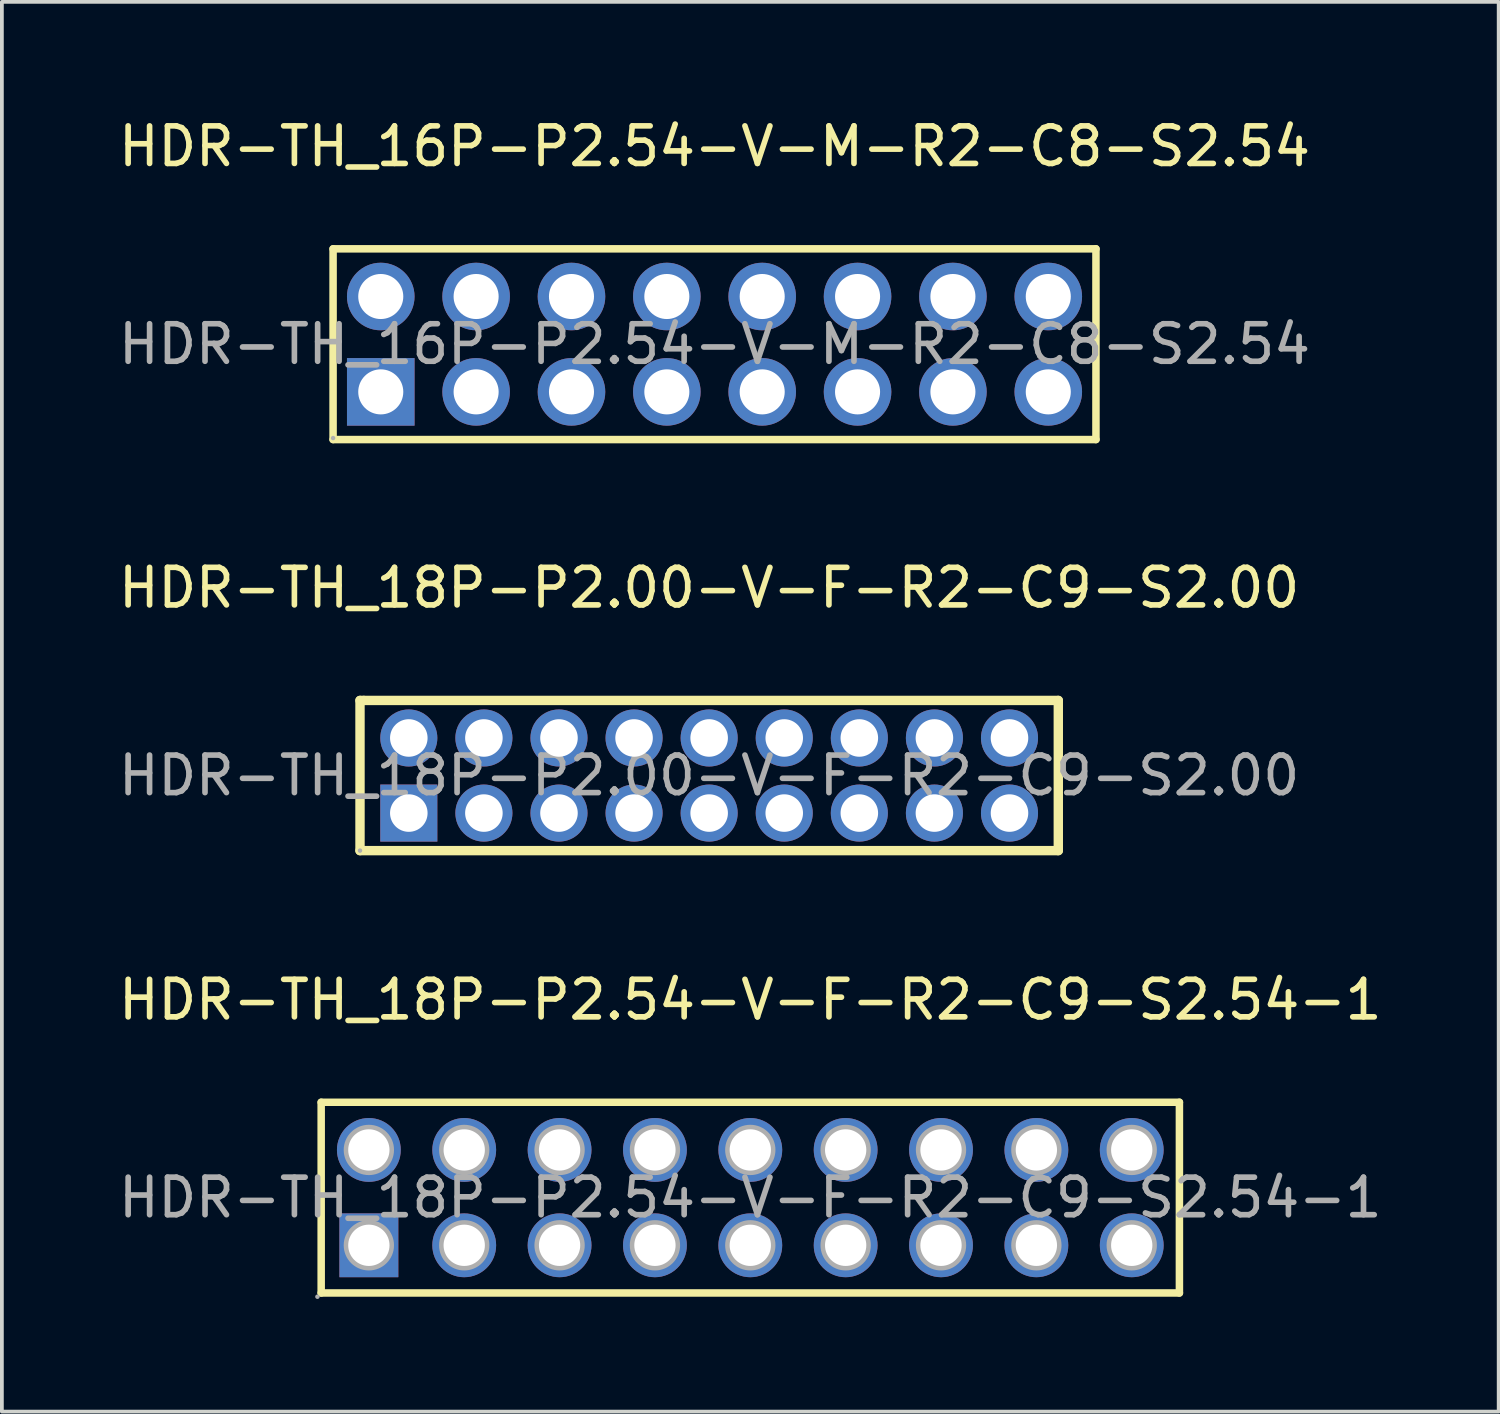
<source format=kicad_pcb>
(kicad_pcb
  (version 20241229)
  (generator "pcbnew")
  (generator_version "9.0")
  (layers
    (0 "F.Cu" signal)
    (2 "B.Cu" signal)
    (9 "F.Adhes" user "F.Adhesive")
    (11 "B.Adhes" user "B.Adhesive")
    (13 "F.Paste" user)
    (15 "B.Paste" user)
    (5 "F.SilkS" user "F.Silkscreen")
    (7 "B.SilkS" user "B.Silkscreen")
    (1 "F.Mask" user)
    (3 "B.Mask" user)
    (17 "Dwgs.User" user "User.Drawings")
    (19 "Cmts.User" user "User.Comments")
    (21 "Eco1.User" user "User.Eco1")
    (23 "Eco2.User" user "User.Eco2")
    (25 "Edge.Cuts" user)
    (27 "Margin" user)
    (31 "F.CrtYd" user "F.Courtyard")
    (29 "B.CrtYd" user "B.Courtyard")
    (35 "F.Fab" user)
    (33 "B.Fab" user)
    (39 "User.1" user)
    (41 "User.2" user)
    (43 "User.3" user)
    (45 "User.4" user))
  (footprint "HDR-TH_18P-P2.54-V-F-R2-C9-S2.54-1"
    (layer "F.Cu")
    (at 16.935 28.85)
    (property "Reference" "HDR-TH_18P-P2.54-V-F-R2-C9-S2.54-1" (at 0 -5.27 0) (layer "F.SilkS") (effects (font (size 1 1) (thickness 0.15))))
    (attr through_hole)
    (fp_line (start -11.43 -2.54) (end 11.43 -2.54) (stroke (width 0.2) (type solid)) (layer "F.SilkS"))
    (fp_line (start -11.43 2.54) (end -11.43 -2.54) (stroke (width 0.2) (type solid)) (layer "F.SilkS"))
    (fp_line (start 11.43 -2.54) (end 11.43 2.54) (stroke (width 0.2) (type solid)) (layer "F.SilkS"))
    (fp_line (start 11.43 2.54) (end -11.43 2.54) (stroke (width 0.2) (type solid)) (layer "F.SilkS"))
    (fp_circle (center -11.53 2.64) (end -11.5 2.64) (stroke (width 0.06) (type solid)) (fill no) (layer "F.Fab"))
    (fp_circle (center -10.16 -1.27) (end -9.94 -1.27) (stroke (width 0.45) (type solid)) (fill no) (layer "F.Fab"))
    (fp_circle (center -10.16 1.27) (end -9.94 1.27) (stroke (width 0.45) (type solid)) (fill no) (layer "F.Fab"))
    (fp_circle (center -7.62 -1.27) (end -7.4 -1.27) (stroke (width 0.45) (type solid)) (fill no) (layer "F.Fab"))
    (fp_circle (center -7.62 1.27) (end -7.4 1.27) (stroke (width 0.45) (type solid)) (fill no) (layer "F.Fab"))
    (fp_circle (center -5.08 -1.27) (end -4.86 -1.27) (stroke (width 0.45) (type solid)) (fill no) (layer "F.Fab"))
    (fp_circle (center -5.08 1.27) (end -4.86 1.27) (stroke (width 0.45) (type solid)) (fill no) (layer "F.Fab"))
    (fp_circle (center -2.54 -1.27) (end -2.32 -1.27) (stroke (width 0.45) (type solid)) (fill no) (layer "F.Fab"))
    (fp_circle (center -2.54 1.27) (end -2.32 1.27) (stroke (width 0.45) (type solid)) (fill no) (layer "F.Fab"))
    (fp_circle (center 0 -1.27) (end 0.22 -1.27) (stroke (width 0.45) (type solid)) (fill no) (layer "F.Fab"))
    (fp_circle (center 0 1.27) (end 0.22 1.27) (stroke (width 0.45) (type solid)) (fill no) (layer "F.Fab"))
    (fp_circle (center 2.54 -1.27) (end 2.76 -1.27) (stroke (width 0.45) (type solid)) (fill no) (layer "F.Fab"))
    (fp_circle (center 2.54 1.27) (end 2.76 1.27) (stroke (width 0.45) (type solid)) (fill no) (layer "F.Fab"))
    (fp_circle (center 5.08 -1.27) (end 5.3 -1.27) (stroke (width 0.45) (type solid)) (fill no) (layer "F.Fab"))
    (fp_circle (center 5.08 1.27) (end 5.3 1.27) (stroke (width 0.45) (type solid)) (fill no) (layer "F.Fab"))
    (fp_circle (center 7.62 -1.27) (end 7.84 -1.27) (stroke (width 0.45) (type solid)) (fill no) (layer "F.Fab"))
    (fp_circle (center 7.62 1.27) (end 7.84 1.27) (stroke (width 0.45) (type solid)) (fill no) (layer "F.Fab"))
    (fp_circle (center 10.16 -1.27) (end 10.38 -1.27) (stroke (width 0.45) (type solid)) (fill no) (layer "F.Fab"))
    (fp_circle (center 10.16 1.27) (end 10.38 1.27) (stroke (width 0.45) (type solid)) (fill no) (layer "F.Fab"))
    (fp_text user "${REFERENCE}" (at 0 0 0) (layer "F.Fab") (effects (font (size 1 1) (thickness 0.15))))
    (pad "1" thru_hole rect (at -10.16 1.27) (size 1.57 1.7) (drill 1.1) (layers "*.Cu" "*.Paste" "*.Mask"))
    (pad "2" thru_hole circle (at -10.16 -1.27) (size 1.7 1.7) (drill 1.1) (layers "*.Cu" "*.Paste" "*.Mask"))
    (pad "3" thru_hole circle (at -7.62 1.27) (size 1.7 1.7) (drill 1.1) (layers "*.Cu" "*.Paste" "*.Mask"))
    (pad "4" thru_hole circle (at -7.62 -1.27) (size 1.7 1.7) (drill 1.1) (layers "*.Cu" "*.Paste" "*.Mask"))
    (pad "5" thru_hole circle (at -5.08 1.27) (size 1.7 1.7) (drill 1.1) (layers "*.Cu" "*.Paste" "*.Mask"))
    (pad "6" thru_hole circle (at -5.08 -1.27) (size 1.7 1.7) (drill 1.1) (layers "*.Cu" "*.Paste" "*.Mask"))
    (pad "7" thru_hole circle (at -2.54 1.27) (size 1.7 1.7) (drill 1.1) (layers "*.Cu" "*.Paste" "*.Mask"))
    (pad "8" thru_hole circle (at -2.54 -1.27) (size 1.7 1.7) (drill 1.1) (layers "*.Cu" "*.Paste" "*.Mask"))
    (pad "9" thru_hole circle (at 0 1.27) (size 1.7 1.7) (drill 1.1) (layers "*.Cu" "*.Paste" "*.Mask"))
    (pad "10" thru_hole circle (at 0 -1.27) (size 1.7 1.7) (drill 1.1) (layers "*.Cu" "*.Paste" "*.Mask"))
    (pad "11" thru_hole circle (at 2.54 1.27) (size 1.7 1.7) (drill 1.1) (layers "*.Cu" "*.Paste" "*.Mask"))
    (pad "12" thru_hole circle (at 2.54 -1.27) (size 1.7 1.7) (drill 1.1) (layers "*.Cu" "*.Paste" "*.Mask"))
    (pad "13" thru_hole circle (at 5.08 1.27) (size 1.7 1.7) (drill 1.1) (layers "*.Cu" "*.Paste" "*.Mask"))
    (pad "14" thru_hole circle (at 5.08 -1.27) (size 1.7 1.7) (drill 1.1) (layers "*.Cu" "*.Paste" "*.Mask"))
    (pad "15" thru_hole circle (at 7.62 1.27) (size 1.7 1.7) (drill 1.1) (layers "*.Cu" "*.Paste" "*.Mask"))
    (pad "16" thru_hole circle (at 7.62 -1.27) (size 1.7 1.7) (drill 1.1) (layers "*.Cu" "*.Paste" "*.Mask"))
    (pad "17" thru_hole circle (at 10.16 1.27) (size 1.7 1.7) (drill 1.1) (layers "*.Cu" "*.Paste" "*.Mask"))
    (pad "18" thru_hole circle (at 10.16 -1.27) (size 1.7 1.7) (drill 1.1) (layers "*.Cu" "*.Paste" "*.Mask")))
  (footprint "HDR-TH_16P-P2.54-V-M-R2-C8-S2.54"
    (layer "F.Cu")
    (at 15.982 6.118)
    (property "Reference" "HDR-TH_16P-P2.54-V-M-R2-C8-S2.54" (at 0 -5.27 0) (layer "F.SilkS") (effects (font (size 1 1) (thickness 0.15))))
    (attr through_hole)
    (fp_line (start -10.16 -2.54) (end -10.16 2.54) (stroke (width 0.2) (type solid)) (layer "F.SilkS"))
    (fp_line (start -10.16 2.54) (end 10.16 2.54) (stroke (width 0.2) (type solid)) (layer "F.SilkS"))
    (fp_line (start 10.16 -2.54) (end -10.16 -2.54) (stroke (width 0.2) (type solid)) (layer "F.SilkS"))
    (fp_line (start 10.16 2.54) (end 10.16 -2.54) (stroke (width 0.2) (type solid)) (layer "F.SilkS"))
    (fp_circle (center -10.16 2.5) (end -10.13 2.5) (stroke (width 0.06) (type solid)) (fill no) (layer "F.Fab"))
    (fp_text user "${REFERENCE}" (at 0 0 0) (layer "F.Fab") (effects (font (size 1 1) (thickness 0.15))))
    (pad "1" thru_hole rect (at -8.89 1.27) (size 1.8 1.8) (drill 1.2) (layers "*.Cu" "*.Paste" "*.Mask"))
    (pad "2" thru_hole circle (at -8.89 -1.27) (size 1.8 1.8) (drill 1.2) (layers "*.Cu" "*.Paste" "*.Mask"))
    (pad "3" thru_hole circle (at -6.35 1.27) (size 1.8 1.8) (drill 1.2) (layers "*.Cu" "*.Paste" "*.Mask"))
    (pad "4" thru_hole circle (at -6.35 -1.27) (size 1.8 1.8) (drill 1.2) (layers "*.Cu" "*.Paste" "*.Mask"))
    (pad "5" thru_hole circle (at -3.81 1.27) (size 1.8 1.8) (drill 1.2) (layers "*.Cu" "*.Paste" "*.Mask"))
    (pad "6" thru_hole circle (at -3.81 -1.27) (size 1.8 1.8) (drill 1.2) (layers "*.Cu" "*.Paste" "*.Mask"))
    (pad "7" thru_hole circle (at -1.27 1.27) (size 1.8 1.8) (drill 1.2) (layers "*.Cu" "*.Paste" "*.Mask"))
    (pad "8" thru_hole circle (at -1.27 -1.27) (size 1.8 1.8) (drill 1.2) (layers "*.Cu" "*.Paste" "*.Mask"))
    (pad "9" thru_hole circle (at 1.27 1.27) (size 1.8 1.8) (drill 1.2) (layers "*.Cu" "*.Paste" "*.Mask"))
    (pad "10" thru_hole circle (at 1.27 -1.27) (size 1.8 1.8) (drill 1.2) (layers "*.Cu" "*.Paste" "*.Mask"))
    (pad "11" thru_hole circle (at 3.81 1.27) (size 1.8 1.8) (drill 1.2) (layers "*.Cu" "*.Paste" "*.Mask"))
    (pad "12" thru_hole circle (at 3.81 -1.27) (size 1.8 1.8) (drill 1.2) (layers "*.Cu" "*.Paste" "*.Mask"))
    (pad "13" thru_hole circle (at 6.35 1.27) (size 1.8 1.8) (drill 1.2) (layers "*.Cu" "*.Paste" "*.Mask"))
    (pad "14" thru_hole circle (at 6.35 -1.27) (size 1.8 1.8) (drill 1.2) (layers "*.Cu" "*.Paste" "*.Mask"))
    (pad "15" thru_hole circle (at 8.89 1.27) (size 1.8 1.8) (drill 1.2) (layers "*.Cu" "*.Paste" "*.Mask"))
    (pad "16" thru_hole circle (at 8.89 -1.27) (size 1.8 1.8) (drill 1.2) (layers "*.Cu" "*.Paste" "*.Mask")))
  (footprint "HDR-TH_18P-P2.00-V-F-R2-C9-S2.00"
    (layer "F.Cu")
    (at 15.839 17.607)
    (property "Reference" "HDR-TH_18P-P2.00-V-F-R2-C9-S2.00" (at 0 -5 0) (layer "F.SilkS") (effects (font (size 1 1) (thickness 0.15))))
    (attr through_hole)
    (fp_line (start -9.3 -2) (end -9.3 2) (stroke (width 0.25) (type solid)) (layer "F.SilkS"))
    (fp_line (start -9.3 2) (end 9.3 2) (stroke (width 0.25) (type solid)) (layer "F.SilkS"))
    (fp_line (start -9.2 -2) (end -9.3 -2) (stroke (width 0.25) (type solid)) (layer "F.SilkS"))
    (fp_line (start 9.3 -2) (end -9.2 -2) (stroke (width 0.25) (type solid)) (layer "F.SilkS"))
    (fp_line (start 9.3 2) (end 9.3 -2) (stroke (width 0.25) (type solid)) (layer "F.SilkS"))
    (fp_circle (center -9.3 2) (end -9.27 2) (stroke (width 0.06) (type solid)) (fill no) (layer "F.Fab"))
    (fp_text user "${REFERENCE}" (at 0 0 0) (layer "F.Fab") (effects (font (size 1 1) (thickness 0.15))))
    (pad "1" thru_hole rect (at -8 1) (size 1.52 1.52) (drill 1) (layers "*.Cu" "*.Paste" "*.Mask"))
    (pad "2" thru_hole circle (at -8 -1) (size 1.52 1.52) (drill 1) (layers "*.Cu" "*.Paste" "*.Mask"))
    (pad "3" thru_hole circle (at -6 1) (size 1.52 1.52) (drill 1) (layers "*.Cu" "*.Paste" "*.Mask"))
    (pad "4" thru_hole circle (at -6 -1) (size 1.52 1.52) (drill 1) (layers "*.Cu" "*.Paste" "*.Mask"))
    (pad "5" thru_hole circle (at -4 1) (size 1.52 1.52) (drill 1) (layers "*.Cu" "*.Paste" "*.Mask"))
    (pad "6" thru_hole circle (at -4 -1) (size 1.52 1.52) (drill 1) (layers "*.Cu" "*.Paste" "*.Mask"))
    (pad "7" thru_hole circle (at -2 1) (size 1.52 1.52) (drill 1) (layers "*.Cu" "*.Paste" "*.Mask"))
    (pad "8" thru_hole circle (at -2 -1) (size 1.52 1.52) (drill 1) (layers "*.Cu" "*.Paste" "*.Mask"))
    (pad "9" thru_hole circle (at 0 1) (size 1.52 1.52) (drill 1) (layers "*.Cu" "*.Paste" "*.Mask"))
    (pad "10" thru_hole circle (at 0 -1) (size 1.52 1.52) (drill 1) (layers "*.Cu" "*.Paste" "*.Mask"))
    (pad "11" thru_hole circle (at 2 1) (size 1.52 1.52) (drill 1) (layers "*.Cu" "*.Paste" "*.Mask"))
    (pad "12" thru_hole circle (at 2 -1) (size 1.52 1.52) (drill 1) (layers "*.Cu" "*.Paste" "*.Mask"))
    (pad "13" thru_hole circle (at 4 1) (size 1.52 1.52) (drill 1) (layers "*.Cu" "*.Paste" "*.Mask"))
    (pad "14" thru_hole circle (at 4 -1) (size 1.52 1.52) (drill 1) (layers "*.Cu" "*.Paste" "*.Mask"))
    (pad "15" thru_hole circle (at 6 1) (size 1.52 1.52) (drill 1) (layers "*.Cu" "*.Paste" "*.Mask"))
    (pad "16" thru_hole circle (at 6 -1) (size 1.52 1.52) (drill 1) (layers "*.Cu" "*.Paste" "*.Mask"))
    (pad "17" thru_hole circle (at 8 1) (size 1.52 1.52) (drill 1) (layers "*.Cu" "*.Paste" "*.Mask"))
    (pad "18" thru_hole circle (at 8 -1) (size 1.52 1.52) (drill 1) (layers "*.Cu" "*.Paste" "*.Mask")))
  (gr_rect
    (start -3 -3)
    (end 36.869 34.55)
    (stroke (width 0.1) (type default))
    (fill no)
    (layer "Edge.Cuts")))
</source>
